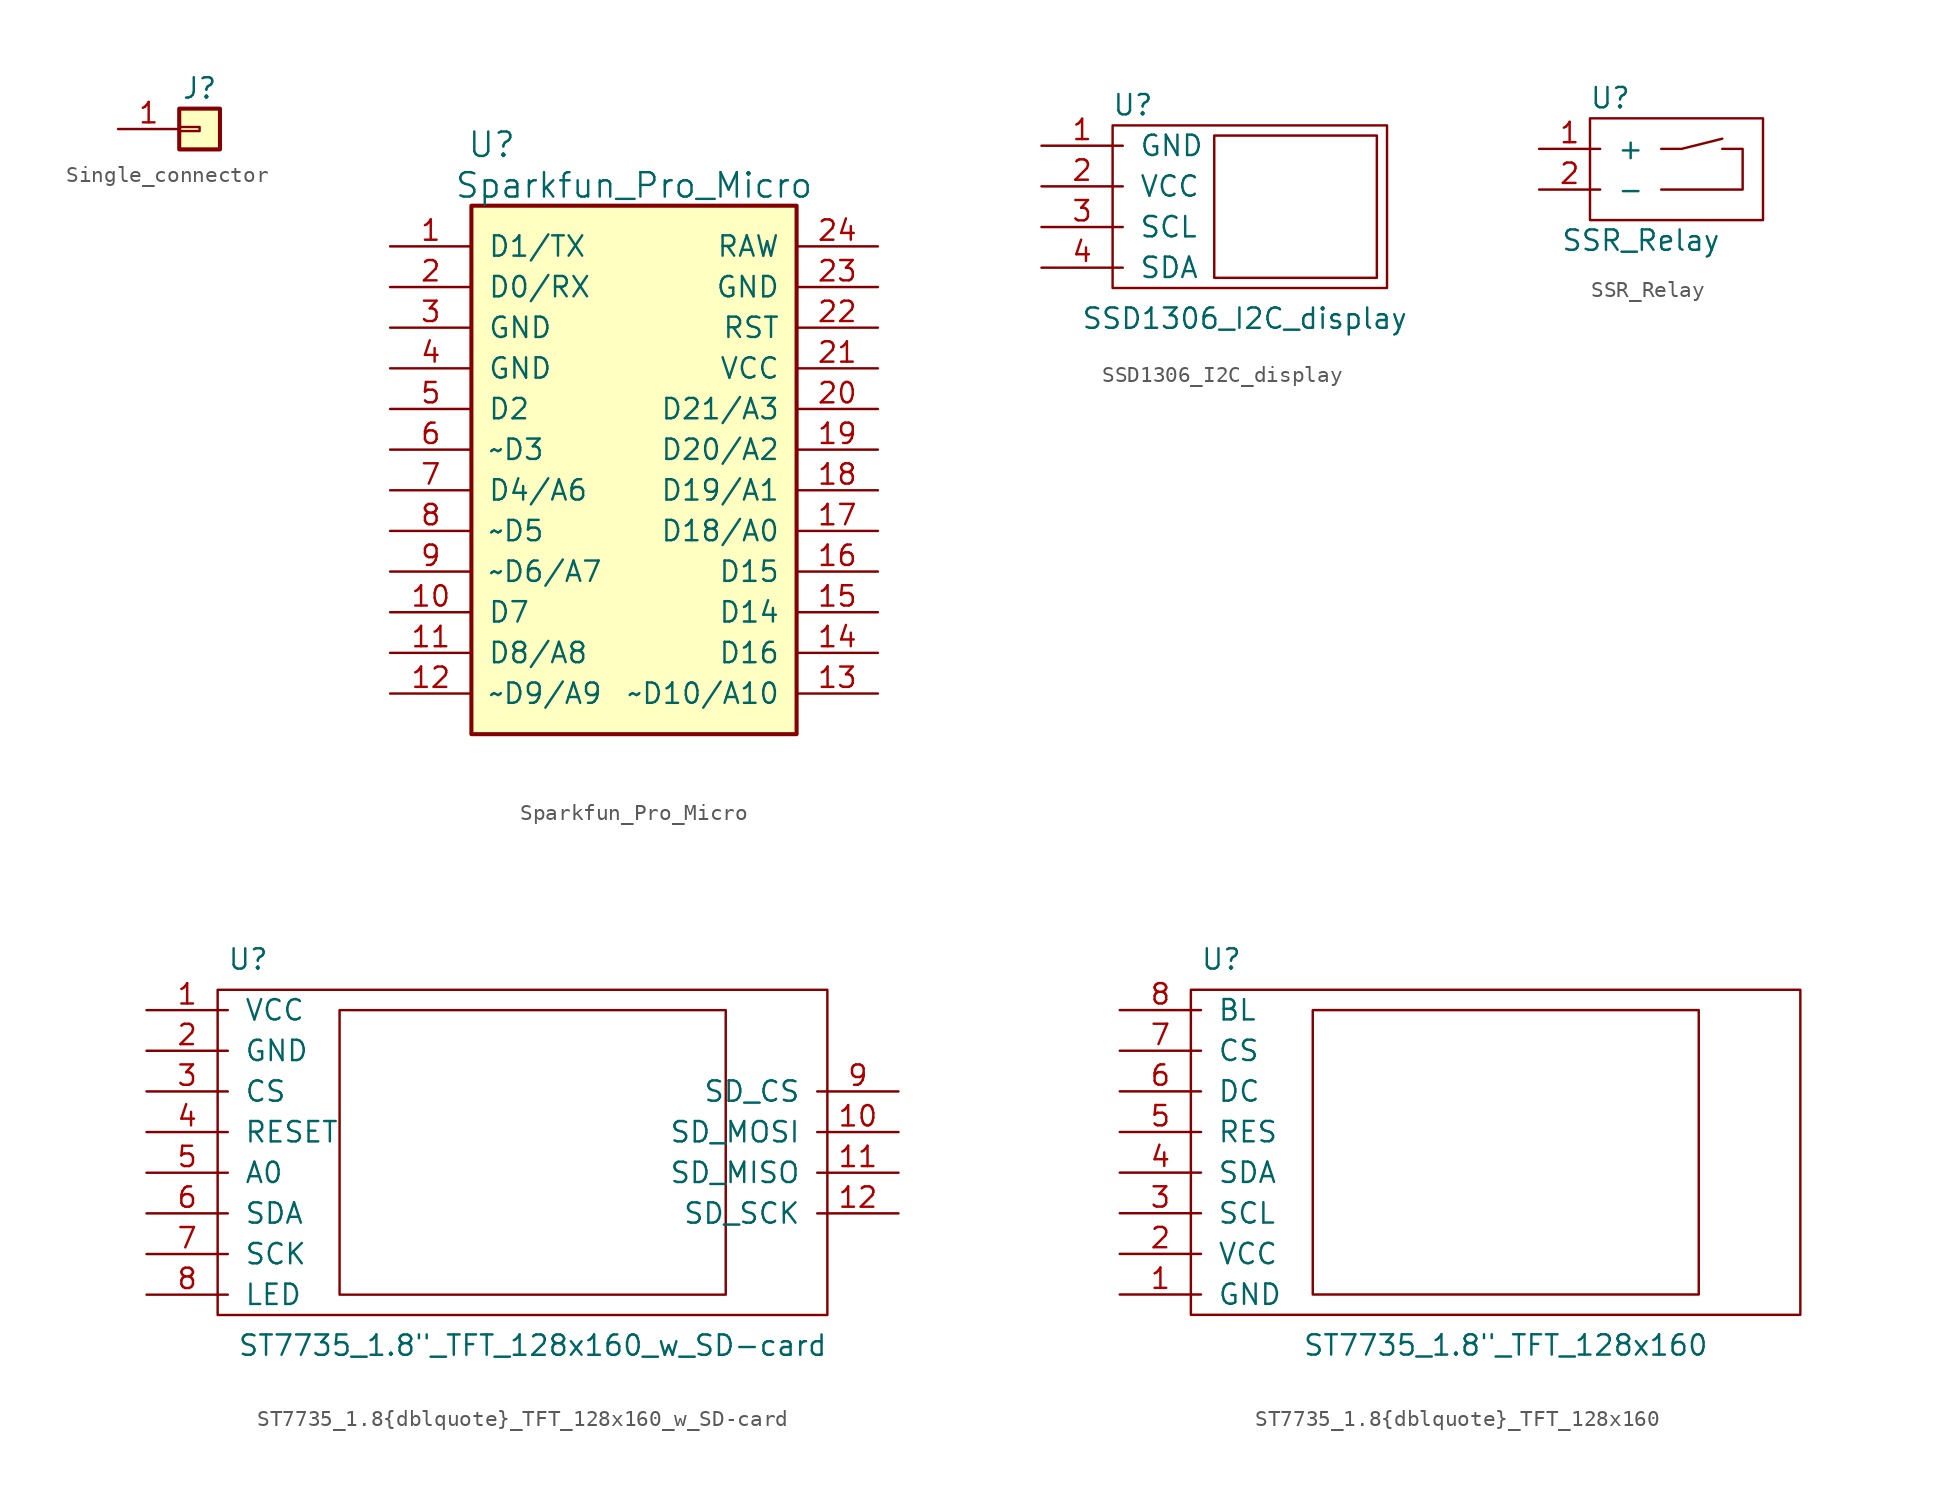
<source format=kicad_sym>
(kicad_symbol_lib
  (version 20231120)
  (generator "kicad_symbol_editor")
  (generator_version "8.0")
  (symbol "Single_connector"
    (pin_names
      (offset 1.016) hide)
    (property "Reference" "J"
      (at 0 2.54 0)
      (effects (font (size 1.27 1.27))))
    (symbol "Single_connector_1_1"
      (rectangle (start -1.27 0.127) (end 0 -0.127) (stroke (width 0.152) (type default)) (fill (type none)))
      (rectangle (start -1.27 1.27) (end 1.27 -1.27) (stroke (width 0.254) (type default)) (fill (type background)))
      (pin passive line (at -5.08 0 0) (length 3.81) (name "Pin_1" (effects (font (size 1.27 1.27)))) (number "1" (effects (font (size 1.27 1.27)))))))
  (symbol "Sparkfun_Pro_Micro"
    (pin_names
      (offset 1.016))
    (property "Reference" "U"
      (at -8.89 21.59 0)
      (effects (font (size 1.524 1.524))))
    (property "Value" "Sparkfun_Pro_Micro"
      (at 0 19.05 0)
      (effects (font (size 1.524 1.524))))
    (symbol "Sparkfun_Pro_Micro_0_1"
      (rectangle (start -10.16 17.78) (end 10.16 -15.24) (stroke (width 0.254) (type default)) (fill (type background))))
    (symbol "Sparkfun_Pro_Micro_1_1"
      (pin bidirectional line (at -15.24 15.24 0) (length 5.08) (name "D1/TX" (effects (font (size 1.27 1.27)))) (number "1" (effects (font (size 1.27 1.27)))))
      (pin bidirectional line (at -15.24 -7.62 0) (length 5.08) (name "D7" (effects (font (size 1.27 1.27)))) (number "10" (effects (font (size 1.27 1.27)))))
      (pin bidirectional line (at -15.24 -10.16 0) (length 5.08) (name "D8/A8" (effects (font (size 1.27 1.27)))) (number "11" (effects (font (size 1.27 1.27)))))
      (pin bidirectional line (at -15.24 -12.7 0) (length 5.08) (name "~D9/A9" (effects (font (size 1.27 1.27)))) (number "12" (effects (font (size 1.27 1.27)))))
      (pin bidirectional line (at 15.24 -12.7 180) (length 5.08) (name "~D10/A10" (effects (font (size 1.27 1.27)))) (number "13" (effects (font (size 1.27 1.27)))))
      (pin bidirectional line (at 15.24 -10.16 180) (length 5.08) (name "D16" (effects (font (size 1.27 1.27)))) (number "14" (effects (font (size 1.27 1.27)))))
      (pin bidirectional line (at 15.24 -7.62 180) (length 5.08) (name "D14" (effects (font (size 1.27 1.27)))) (number "15" (effects (font (size 1.27 1.27)))))
      (pin bidirectional line (at 15.24 -5.08 180) (length 5.08) (name "D15" (effects (font (size 1.27 1.27)))) (number "16" (effects (font (size 1.27 1.27)))))
      (pin bidirectional line (at 15.24 -2.54 180) (length 5.08) (name "D18/A0" (effects (font (size 1.27 1.27)))) (number "17" (effects (font (size 1.27 1.27)))))
      (pin bidirectional line (at 15.24 0 180) (length 5.08) (name "D19/A1" (effects (font (size 1.27 1.27)))) (number "18" (effects (font (size 1.27 1.27)))))
      (pin bidirectional line (at 15.24 2.54 180) (length 5.08) (name "D20/A2" (effects (font (size 1.27 1.27)))) (number "19" (effects (font (size 1.27 1.27)))))
      (pin bidirectional line (at -15.24 12.7 0) (length 5.08) (name "D0/RX" (effects (font (size 1.27 1.27)))) (number "2" (effects (font (size 1.27 1.27)))))
      (pin bidirectional line (at 15.24 5.08 180) (length 5.08) (name "D21/A3" (effects (font (size 1.27 1.27)))) (number "20" (effects (font (size 1.27 1.27)))))
      (pin power_in line (at 15.24 7.62 180) (length 5.08) (name "VCC" (effects (font (size 1.27 1.27)))) (number "21" (effects (font (size 1.27 1.27)))))
      (pin input line (at 15.24 10.16 180) (length 5.08) (name "RST" (effects (font (size 1.27 1.27)))) (number "22" (effects (font (size 1.27 1.27)))))
      (pin power_in line (at 15.24 12.7 180) (length 5.08) (name "GND" (effects (font (size 1.27 1.27)))) (number "23" (effects (font (size 1.27 1.27)))))
      (pin power_in line (at 15.24 15.24 180) (length 5.08) (name "RAW" (effects (font (size 1.27 1.27)))) (number "24" (effects (font (size 1.27 1.27)))))
      (pin power_in line (at -15.24 10.16 0) (length 5.08) (name "GND" (effects (font (size 1.27 1.27)))) (number "3" (effects (font (size 1.27 1.27)))))
      (pin power_in line (at -15.24 7.62 0) (length 5.08) (name "GND" (effects (font (size 1.27 1.27)))) (number "4" (effects (font (size 1.27 1.27)))))
      (pin bidirectional line (at -15.24 5.08 0) (length 5.08) (name "D2" (effects (font (size 1.27 1.27)))) (number "5" (effects (font (size 1.27 1.27)))))
      (pin bidirectional line (at -15.24 2.54 0) (length 5.08) (name "~D3" (effects (font (size 1.27 1.27)))) (number "6" (effects (font (size 1.27 1.27)))))
      (pin bidirectional line (at -15.24 0 0) (length 5.08) (name "D4/A6" (effects (font (size 1.27 1.27)))) (number "7" (effects (font (size 1.27 1.27)))))
      (pin bidirectional line (at -15.24 -2.54 0) (length 5.08) (name "~D5" (effects (font (size 1.27 1.27)))) (number "8" (effects (font (size 1.27 1.27)))))
      (pin bidirectional line (at -15.24 -5.08 0) (length 5.08) (name "~D6/A7" (effects (font (size 1.27 1.27)))) (number "9" (effects (font (size 1.27 1.27)))))))
  (symbol "SSD1306_I2C_display"
    (pin_names
      (offset 1.016))
    (property "Reference" "U"
      (at 5.715 2.54 0)
      (effects (font (size 1.27 1.27))))
    (property "Value" "SSD1306_I2C_display"
      (at 12.7 -10.795 0)
      (effects (font (size 1.27 1.27))))
    (symbol "SSD1306_I2C_display_0_1"
      (rectangle (start 4.445 1.27) (end 21.59 -8.89) (stroke (width 0) (type default)) (fill (type none)))
      (rectangle (start 10.795 0.635) (end 20.955 -8.255) (stroke (width 0) (type default)) (fill (type none))))
    (symbol "SSD1306_I2C_display_1_1"
      (pin power_in line (at 0 0 0) (length 5.08) (name "GND" (effects (font (size 1.27 1.27)))) (number "1" (effects (font (size 1.27 1.27)))))
      (pin power_in line (at 0 -2.54 0) (length 5.08) (name "VCC" (effects (font (size 1.27 1.27)))) (number "2" (effects (font (size 1.27 1.27)))))
      (pin input line (at 0 -5.08 0) (length 5.08) (name "SCL" (effects (font (size 1.27 1.27)))) (number "3" (effects (font (size 1.27 1.27)))))
      (pin input line (at 0 -7.62 0) (length 5.08) (name "SDA" (effects (font (size 1.27 1.27)))) (number "4" (effects (font (size 1.27 1.27)))))))
  (symbol "SSR_Relay"
    (pin_names
      (offset 1.016))
    (property "Reference" "U"
      (at 4.445 3.175 0)
      (effects (font (size 1.27 1.27))))
    (property "Value" "SSR_Relay"
      (at 6.35 -5.715 0)
      (effects (font (size 1.27 1.27))))
    (symbol "SSR_Relay_0_1"
      (polyline (pts (xy 7.62 0) (xy 8.89 0) (xy 11.43 0.635)) (stroke (width 0) (type default)) (fill (type none)))
      (polyline (pts (xy 11.43 0) (xy 12.7 0) (xy 12.7 -2.54) (xy 7.62 -2.54)) (stroke (width 0) (type default)) (fill (type none)))
      (polyline (pts (xy 3.175 1.905) (xy 13.97 1.905) (xy 13.97 -4.445) (xy 3.175 -4.445) (xy 3.175 1.905)) (stroke (width 0) (type default)) (fill (type none))))
    (symbol "SSR_Relay_1_1"
      (pin output line (at 0 0 0) (length 3.81) (name "+" (effects (font (size 1.27 1.27)))) (number "1" (effects (font (size 1.27 1.27)))))
      (pin output line (at 0 -2.54 0) (length 3.81) (name "-" (effects (font (size 1.27 1.27)))) (number "2" (effects (font (size 1.27 1.27)))))))
  (symbol "ST7735_1.8{dblquote}_TFT_128x160_w_SD-card"
    (pin_names
      (offset 1.016))
    (property "Reference" "U"
      (at 6.35 3.175 0)
      (effects (font (size 1.27 1.27))))
    (property "Value" "ST7735_1.8{dblquote}_TFT_128x160_w_SD-card"
      (at 24.13 -20.955 0)
      (effects (font (size 1.27 1.27))))
    (symbol "ST7735_1.8{dblquote}_TFT_128x160_w_SD-card_0_1"
      (rectangle (start 4.445 1.27) (end 42.545 -19.05) (stroke (width 0) (type default)) (fill (type none)))
      (rectangle (start 12.065 0) (end 36.195 -17.78) (stroke (width 0) (type default)) (fill (type none))))
    (symbol "ST7735_1.8{dblquote}_TFT_128x160_w_SD-card_1_1"
      (pin power_in line (at 0 0 0) (length 5.08) (name "VCC" (effects (font (size 1.27 1.27)))) (number "1" (effects (font (size 1.27 1.27)))))
      (pin bidirectional line (at 46.99 -7.62 180) (length 5.08) (name "SD_MOSI" (effects (font (size 1.27 1.27)))) (number "10" (effects (font (size 1.27 1.27)))))
      (pin bidirectional line (at 46.99 -10.16 180) (length 5.08) (name "SD_MISO" (effects (font (size 1.27 1.27)))) (number "11" (effects (font (size 1.27 1.27)))))
      (pin bidirectional line (at 46.99 -12.7 180) (length 5.08) (name "SD_SCK" (effects (font (size 1.27 1.27)))) (number "12" (effects (font (size 1.27 1.27)))))
      (pin power_in line (at 0 -2.54 0) (length 5.08) (name "GND" (effects (font (size 1.27 1.27)))) (number "2" (effects (font (size 1.27 1.27)))))
      (pin input line (at 0 -5.08 0) (length 5.08) (name "CS" (effects (font (size 1.27 1.27)))) (number "3" (effects (font (size 1.27 1.27)))))
      (pin input line (at 0 -7.62 0) (length 5.08) (name "RESET" (effects (font (size 1.27 1.27)))) (number "4" (effects (font (size 1.27 1.27)))))
      (pin input line (at 0 -10.16 0) (length 5.08) (name "A0" (effects (font (size 1.27 1.27)))) (number "5" (effects (font (size 1.27 1.27)))))
      (pin input line (at 0 -12.7 0) (length 5.08) (name "SDA" (effects (font (size 1.27 1.27)))) (number "6" (effects (font (size 1.27 1.27)))))
      (pin input line (at 0 -15.24 0) (length 5.08) (name "SCK" (effects (font (size 1.27 1.27)))) (number "7" (effects (font (size 1.27 1.27)))))
      (pin input line (at 0 -17.78 0) (length 5.08) (name "LED" (effects (font (size 1.27 1.27)))) (number "8" (effects (font (size 1.27 1.27)))))
      (pin bidirectional line (at 46.99 -5.08 180) (length 5.08) (name "SD_CS" (effects (font (size 1.27 1.27)))) (number "9" (effects (font (size 1.27 1.27)))))))
  (symbol "ST7735_1.8{dblquote}_TFT_128x160"
    (pin_names
      (offset 1.016))
    (property "Reference" "U"
      (at 6.35 3.175 0)
      (effects (font (size 1.27 1.27))))
    (property "Value" "ST7735_1.8{dblquote}_TFT_128x160"
      (at 24.13 -20.955 0)
      (effects (font (size 1.27 1.27))))
    (symbol "ST7735_1.8{dblquote}_TFT_128x160_0_1"
      (rectangle (start 4.445 1.27) (end 42.545 -19.05) (stroke (width 0) (type default)) (fill (type none)))
      (rectangle (start 12.065 0) (end 36.195 -17.78) (stroke (width 0) (type default)) (fill (type none))))
    (symbol "ST7735_1.8{dblquote}_TFT_128x160_1_1"
      (pin power_in line (at 0 -17.78 0) (length 5.08) (name "GND" (effects (font (size 1.27 1.27)))) (number "1" (effects (font (size 1.27 1.27)))))
      (pin power_in line (at 0 -15.24 0) (length 5.08) (name "VCC" (effects (font (size 1.27 1.27)))) (number "2" (effects (font (size 1.27 1.27)))))
      (pin input line (at 0 -12.7 0) (length 5.08) (name "SCL" (effects (font (size 1.27 1.27)))) (number "3" (effects (font (size 1.27 1.27)))))
      (pin input line (at 0 -10.16 0) (length 5.08) (name "SDA" (effects (font (size 1.27 1.27)))) (number "4" (effects (font (size 1.27 1.27)))))
      (pin input line (at 0 -7.62 0) (length 5.08) (name "RES" (effects (font (size 1.27 1.27)))) (number "5" (effects (font (size 1.27 1.27)))))
      (pin input line (at 0 -5.08 0) (length 5.08) (name "DC" (effects (font (size 1.27 1.27)))) (number "6" (effects (font (size 1.27 1.27)))))
      (pin input line (at 0 -2.54 0) (length 5.08) (name "CS" (effects (font (size 1.27 1.27)))) (number "7" (effects (font (size 1.27 1.27)))))
      (pin input line (at 0 0 0) (length 5.08) (name "BL" (effects (font (size 1.27 1.27)))) (number "8" (effects (font (size 1.27 1.27))))))))
</source>
